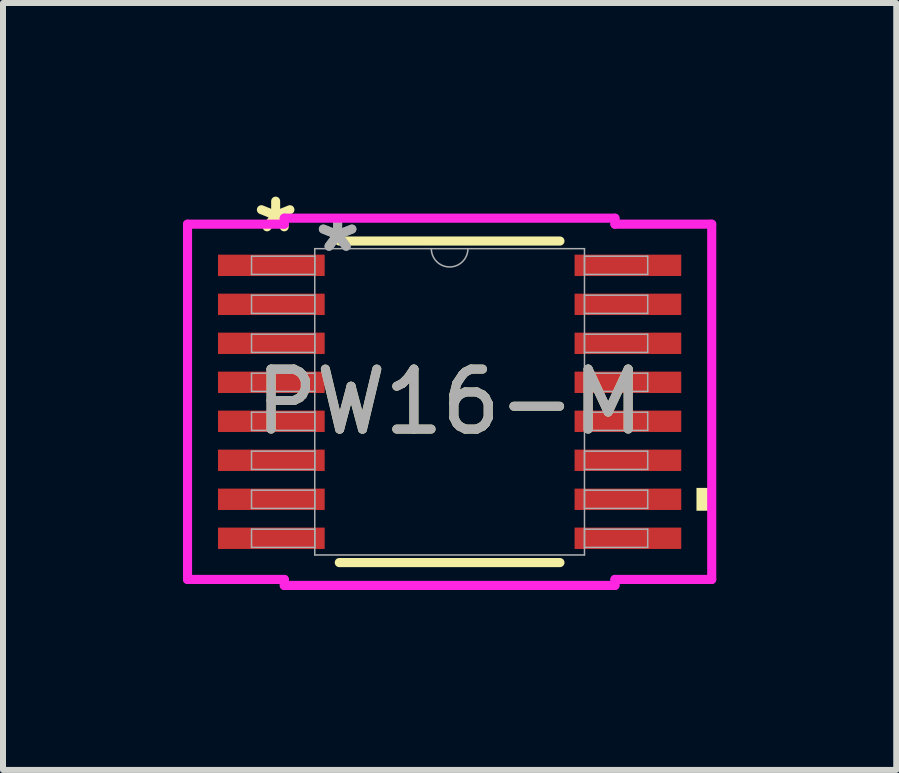
<source format=kicad_pcb>
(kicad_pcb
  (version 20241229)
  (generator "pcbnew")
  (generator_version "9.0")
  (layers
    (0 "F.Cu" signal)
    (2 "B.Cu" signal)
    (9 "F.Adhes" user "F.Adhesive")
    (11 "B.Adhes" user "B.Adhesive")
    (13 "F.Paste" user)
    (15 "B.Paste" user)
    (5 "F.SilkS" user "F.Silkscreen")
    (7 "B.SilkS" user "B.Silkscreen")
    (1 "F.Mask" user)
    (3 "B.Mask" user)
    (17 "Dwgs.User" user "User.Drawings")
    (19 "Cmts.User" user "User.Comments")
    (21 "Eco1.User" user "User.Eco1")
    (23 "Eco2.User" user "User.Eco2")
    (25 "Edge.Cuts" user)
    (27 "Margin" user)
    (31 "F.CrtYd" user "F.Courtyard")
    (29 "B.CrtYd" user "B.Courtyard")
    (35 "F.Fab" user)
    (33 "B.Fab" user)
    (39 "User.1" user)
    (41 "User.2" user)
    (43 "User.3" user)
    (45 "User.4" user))
  (footprint "PW16-M"
    (layer "F.Cu")
    (at 4.445 3.648)
    (property "Reference" "PW16-M" (at 0 0 0) (unlocked yes) (layer "F.SilkS") (effects (font (size 1 1) (thickness 0.15))))
    (attr smd allow_soldermask_bridges)
    (fp_line (start -1.839 2.68) (end 1.839 2.68) (stroke (width 0.152) (type solid)) (layer "F.SilkS"))
    (fp_line (start 1.839 -2.68) (end -1.839 -2.68) (stroke (width 0.152) (type solid)) (layer "F.SilkS"))
    (fp_poly (pts (xy 4.369 1.435) (xy 4.369 1.816) (xy 4.115 1.816) (xy 4.115 1.435)) (stroke (width 0) (type solid)) (fill yes) (layer "F.SilkS"))
    (fp_line (start -4.369 -2.961) (end -2.756 -2.961) (stroke (width 0.152) (type solid)) (layer "F.CrtYd"))
    (fp_line (start -4.369 2.961) (end -4.369 -2.961) (stroke (width 0.152) (type solid)) (layer "F.CrtYd"))
    (fp_line (start -4.369 2.961) (end -2.756 2.961) (stroke (width 0.152) (type solid)) (layer "F.CrtYd"))
    (fp_line (start -2.756 -3.061) (end 2.756 -3.061) (stroke (width 0.152) (type solid)) (layer "F.CrtYd"))
    (fp_line (start -2.756 -2.961) (end -2.756 -3.061) (stroke (width 0.152) (type solid)) (layer "F.CrtYd"))
    (fp_line (start -2.756 3.061) (end -2.756 2.961) (stroke (width 0.152) (type solid)) (layer "F.CrtYd"))
    (fp_line (start 2.756 -3.061) (end 2.756 -2.961) (stroke (width 0.152) (type solid)) (layer "F.CrtYd"))
    (fp_line (start 2.756 2.961) (end 2.756 3.061) (stroke (width 0.152) (type solid)) (layer "F.CrtYd"))
    (fp_line (start 2.756 3.061) (end -2.756 3.061) (stroke (width 0.152) (type solid)) (layer "F.CrtYd"))
    (fp_line (start 4.369 -2.961) (end 2.756 -2.961) (stroke (width 0.152) (type solid)) (layer "F.CrtYd"))
    (fp_line (start 4.369 -2.961) (end 4.369 2.961) (stroke (width 0.152) (type solid)) (layer "F.CrtYd"))
    (fp_line (start 4.369 2.961) (end 2.756 2.961) (stroke (width 0.152) (type solid)) (layer "F.CrtYd"))
    (fp_line (start -3.302 -2.427) (end -3.302 -2.123) (stroke (width 0.025) (type solid)) (layer "F.Fab"))
    (fp_line (start -3.302 -2.123) (end -2.248 -2.123) (stroke (width 0.025) (type solid)) (layer "F.Fab"))
    (fp_line (start -3.302 -1.777) (end -3.302 -1.473) (stroke (width 0.025) (type solid)) (layer "F.Fab"))
    (fp_line (start -3.302 -1.473) (end -2.248 -1.473) (stroke (width 0.025) (type solid)) (layer "F.Fab"))
    (fp_line (start -3.302 -1.127) (end -3.302 -0.823) (stroke (width 0.025) (type solid)) (layer "F.Fab"))
    (fp_line (start -3.302 -0.823) (end -2.248 -0.823) (stroke (width 0.025) (type solid)) (layer "F.Fab"))
    (fp_line (start -3.302 -0.477) (end -3.302 -0.173) (stroke (width 0.025) (type solid)) (layer "F.Fab"))
    (fp_line (start -3.302 -0.173) (end -2.248 -0.173) (stroke (width 0.025) (type solid)) (layer "F.Fab"))
    (fp_line (start -3.302 0.173) (end -3.302 0.477) (stroke (width 0.025) (type solid)) (layer "F.Fab"))
    (fp_line (start -3.302 0.477) (end -2.248 0.477) (stroke (width 0.025) (type solid)) (layer "F.Fab"))
    (fp_line (start -3.302 0.823) (end -3.302 1.127) (stroke (width 0.025) (type solid)) (layer "F.Fab"))
    (fp_line (start -3.302 1.127) (end -2.248 1.127) (stroke (width 0.025) (type solid)) (layer "F.Fab"))
    (fp_line (start -3.302 1.473) (end -3.302 1.777) (stroke (width 0.025) (type solid)) (layer "F.Fab"))
    (fp_line (start -3.302 1.777) (end -2.248 1.777) (stroke (width 0.025) (type solid)) (layer "F.Fab"))
    (fp_line (start -3.302 2.123) (end -3.302 2.427) (stroke (width 0.025) (type solid)) (layer "F.Fab"))
    (fp_line (start -3.302 2.427) (end -2.248 2.427) (stroke (width 0.025) (type solid)) (layer "F.Fab"))
    (fp_line (start -2.248 -2.553) (end -2.248 2.553) (stroke (width 0.025) (type solid)) (layer "F.Fab"))
    (fp_line (start -2.248 -2.427) (end -3.302 -2.427) (stroke (width 0.025) (type solid)) (layer "F.Fab"))
    (fp_line (start -2.248 -2.123) (end -2.248 -2.427) (stroke (width 0.025) (type solid)) (layer "F.Fab"))
    (fp_line (start -2.248 -1.777) (end -3.302 -1.777) (stroke (width 0.025) (type solid)) (layer "F.Fab"))
    (fp_line (start -2.248 -1.473) (end -2.248 -1.777) (stroke (width 0.025) (type solid)) (layer "F.Fab"))
    (fp_line (start -2.248 -1.127) (end -3.302 -1.127) (stroke (width 0.025) (type solid)) (layer "F.Fab"))
    (fp_line (start -2.248 -0.823) (end -2.248 -1.127) (stroke (width 0.025) (type solid)) (layer "F.Fab"))
    (fp_line (start -2.248 -0.477) (end -3.302 -0.477) (stroke (width 0.025) (type solid)) (layer "F.Fab"))
    (fp_line (start -2.248 -0.173) (end -2.248 -0.477) (stroke (width 0.025) (type solid)) (layer "F.Fab"))
    (fp_line (start -2.248 0.173) (end -3.302 0.173) (stroke (width 0.025) (type solid)) (layer "F.Fab"))
    (fp_line (start -2.248 0.477) (end -2.248 0.173) (stroke (width 0.025) (type solid)) (layer "F.Fab"))
    (fp_line (start -2.248 0.823) (end -3.302 0.823) (stroke (width 0.025) (type solid)) (layer "F.Fab"))
    (fp_line (start -2.248 1.127) (end -2.248 0.823) (stroke (width 0.025) (type solid)) (layer "F.Fab"))
    (fp_line (start -2.248 1.473) (end -3.302 1.473) (stroke (width 0.025) (type solid)) (layer "F.Fab"))
    (fp_line (start -2.248 1.777) (end -2.248 1.473) (stroke (width 0.025) (type solid)) (layer "F.Fab"))
    (fp_line (start -2.248 2.123) (end -3.302 2.123) (stroke (width 0.025) (type solid)) (layer "F.Fab"))
    (fp_line (start -2.248 2.427) (end -2.248 2.123) (stroke (width 0.025) (type solid)) (layer "F.Fab"))
    (fp_line (start -2.248 2.553) (end 2.248 2.553) (stroke (width 0.025) (type solid)) (layer "F.Fab"))
    (fp_line (start 2.248 -2.553) (end -2.248 -2.553) (stroke (width 0.025) (type solid)) (layer "F.Fab"))
    (fp_line (start 2.248 -2.427) (end 2.248 -2.123) (stroke (width 0.025) (type solid)) (layer "F.Fab"))
    (fp_line (start 2.248 -2.123) (end 3.302 -2.123) (stroke (width 0.025) (type solid)) (layer "F.Fab"))
    (fp_line (start 2.248 -1.777) (end 2.248 -1.473) (stroke (width 0.025) (type solid)) (layer "F.Fab"))
    (fp_line (start 2.248 -1.473) (end 3.302 -1.473) (stroke (width 0.025) (type solid)) (layer "F.Fab"))
    (fp_line (start 2.248 -1.127) (end 2.248 -0.823) (stroke (width 0.025) (type solid)) (layer "F.Fab"))
    (fp_line (start 2.248 -0.823) (end 3.302 -0.823) (stroke (width 0.025) (type solid)) (layer "F.Fab"))
    (fp_line (start 2.248 -0.477) (end 2.248 -0.173) (stroke (width 0.025) (type solid)) (layer "F.Fab"))
    (fp_line (start 2.248 -0.173) (end 3.302 -0.173) (stroke (width 0.025) (type solid)) (layer "F.Fab"))
    (fp_line (start 2.248 0.173) (end 2.248 0.477) (stroke (width 0.025) (type solid)) (layer "F.Fab"))
    (fp_line (start 2.248 0.477) (end 3.302 0.477) (stroke (width 0.025) (type solid)) (layer "F.Fab"))
    (fp_line (start 2.248 0.823) (end 2.248 1.127) (stroke (width 0.025) (type solid)) (layer "F.Fab"))
    (fp_line (start 2.248 1.127) (end 3.302 1.127) (stroke (width 0.025) (type solid)) (layer "F.Fab"))
    (fp_line (start 2.248 1.473) (end 2.248 1.777) (stroke (width 0.025) (type solid)) (layer "F.Fab"))
    (fp_line (start 2.248 1.777) (end 3.302 1.777) (stroke (width 0.025) (type solid)) (layer "F.Fab"))
    (fp_line (start 2.248 2.123) (end 2.248 2.427) (stroke (width 0.025) (type solid)) (layer "F.Fab"))
    (fp_line (start 2.248 2.427) (end 3.302 2.427) (stroke (width 0.025) (type solid)) (layer "F.Fab"))
    (fp_line (start 2.248 2.553) (end 2.248 -2.553) (stroke (width 0.025) (type solid)) (layer "F.Fab"))
    (fp_line (start 3.302 -2.427) (end 2.248 -2.427) (stroke (width 0.025) (type solid)) (layer "F.Fab"))
    (fp_line (start 3.302 -2.123) (end 3.302 -2.427) (stroke (width 0.025) (type solid)) (layer "F.Fab"))
    (fp_line (start 3.302 -1.777) (end 2.248 -1.777) (stroke (width 0.025) (type solid)) (layer "F.Fab"))
    (fp_line (start 3.302 -1.473) (end 3.302 -1.777) (stroke (width 0.025) (type solid)) (layer "F.Fab"))
    (fp_line (start 3.302 -1.127) (end 2.248 -1.127) (stroke (width 0.025) (type solid)) (layer "F.Fab"))
    (fp_line (start 3.302 -0.823) (end 3.302 -1.127) (stroke (width 0.025) (type solid)) (layer "F.Fab"))
    (fp_line (start 3.302 -0.477) (end 2.248 -0.477) (stroke (width 0.025) (type solid)) (layer "F.Fab"))
    (fp_line (start 3.302 -0.173) (end 3.302 -0.477) (stroke (width 0.025) (type solid)) (layer "F.Fab"))
    (fp_line (start 3.302 0.173) (end 2.248 0.173) (stroke (width 0.025) (type solid)) (layer "F.Fab"))
    (fp_line (start 3.302 0.477) (end 3.302 0.173) (stroke (width 0.025) (type solid)) (layer "F.Fab"))
    (fp_line (start 3.302 0.823) (end 2.248 0.823) (stroke (width 0.025) (type solid)) (layer "F.Fab"))
    (fp_line (start 3.302 1.127) (end 3.302 0.823) (stroke (width 0.025) (type solid)) (layer "F.Fab"))
    (fp_line (start 3.302 1.473) (end 2.248 1.473) (stroke (width 0.025) (type solid)) (layer "F.Fab"))
    (fp_line (start 3.302 1.777) (end 3.302 1.473) (stroke (width 0.025) (type solid)) (layer "F.Fab"))
    (fp_line (start 3.302 2.123) (end 2.248 2.123) (stroke (width 0.025) (type solid)) (layer "F.Fab"))
    (fp_line (start 3.302 2.427) (end 3.302 2.123) (stroke (width 0.025) (type solid)) (layer "F.Fab"))
    (fp_arc (start 0.3048 -2.5527) (mid 0 -2.2479) (end -0.3048 -2.5527) (stroke (width 0.0254) (type solid)) (layer "F.Fab"))
    (fp_text user "*" (at -2.9 -2.8 0) (layer "F.SilkS") (effects (font (size 1 1) (thickness 0.15))))
    (fp_text user "${REFERENCE}" (at 0 0 0) (unlocked yes) (layer "F.Fab") (effects (font (size 1 1) (thickness 0.15))))
    (fp_text user "*" (at -1.867 -2.477 0) (unlocked yes) (layer "F.Fab") (effects (font (size 1 1) (thickness 0.15))))
    (fp_text user "*" (at -1.867 -2.477 0) (layer "F.Fab") (effects (font (size 1 1) (thickness 0.15))))
    (pad "1" smd rect (at -2.972 -2.275) (size 1.778 0.356) (layers "F.Cu" "F.Mask" "F.Paste"))
    (pad "2" smd rect (at -2.972 -1.625) (size 1.778 0.356) (layers "F.Cu" "F.Mask" "F.Paste"))
    (pad "3" smd rect (at -2.972 -0.975) (size 1.778 0.356) (layers "F.Cu" "F.Mask" "F.Paste"))
    (pad "4" smd rect (at -2.972 -0.325) (size 1.778 0.356) (layers "F.Cu" "F.Mask" "F.Paste"))
    (pad "5" smd rect (at -2.972 0.325) (size 1.778 0.356) (layers "F.Cu" "F.Mask" "F.Paste"))
    (pad "6" smd rect (at -2.972 0.975) (size 1.778 0.356) (layers "F.Cu" "F.Mask" "F.Paste"))
    (pad "7" smd rect (at -2.972 1.625) (size 1.778 0.356) (layers "F.Cu" "F.Mask" "F.Paste"))
    (pad "8" smd rect (at -2.972 2.275) (size 1.778 0.356) (layers "F.Cu" "F.Mask" "F.Paste"))
    (pad "9" smd rect (at 2.972 2.275) (size 1.778 0.356) (layers "F.Cu" "F.Mask" "F.Paste"))
    (pad "10" smd rect (at 2.972 1.625) (size 1.778 0.356) (layers "F.Cu" "F.Mask" "F.Paste"))
    (pad "11" smd rect (at 2.972 0.975) (size 1.778 0.356) (layers "F.Cu" "F.Mask" "F.Paste"))
    (pad "12" smd rect (at 2.972 0.325) (size 1.778 0.356) (layers "F.Cu" "F.Mask" "F.Paste"))
    (pad "13" smd rect (at 2.972 -0.325) (size 1.778 0.356) (layers "F.Cu" "F.Mask" "F.Paste"))
    (pad "14" smd rect (at 2.972 -0.975) (size 1.778 0.356) (layers "F.Cu" "F.Mask" "F.Paste"))
    (pad "15" smd rect (at 2.972 -1.625) (size 1.778 0.356) (layers "F.Cu" "F.Mask" "F.Paste"))
    (pad "16" smd rect (at 2.972 -2.275) (size 1.778 0.356) (layers "F.Cu" "F.Mask" "F.Paste")))
  (gr_rect
    (start -3 -3)
    (end 11.89 9.785)
    (stroke (width 0.1) (type default))
    (fill no)
    (layer "Edge.Cuts")))
</source>
